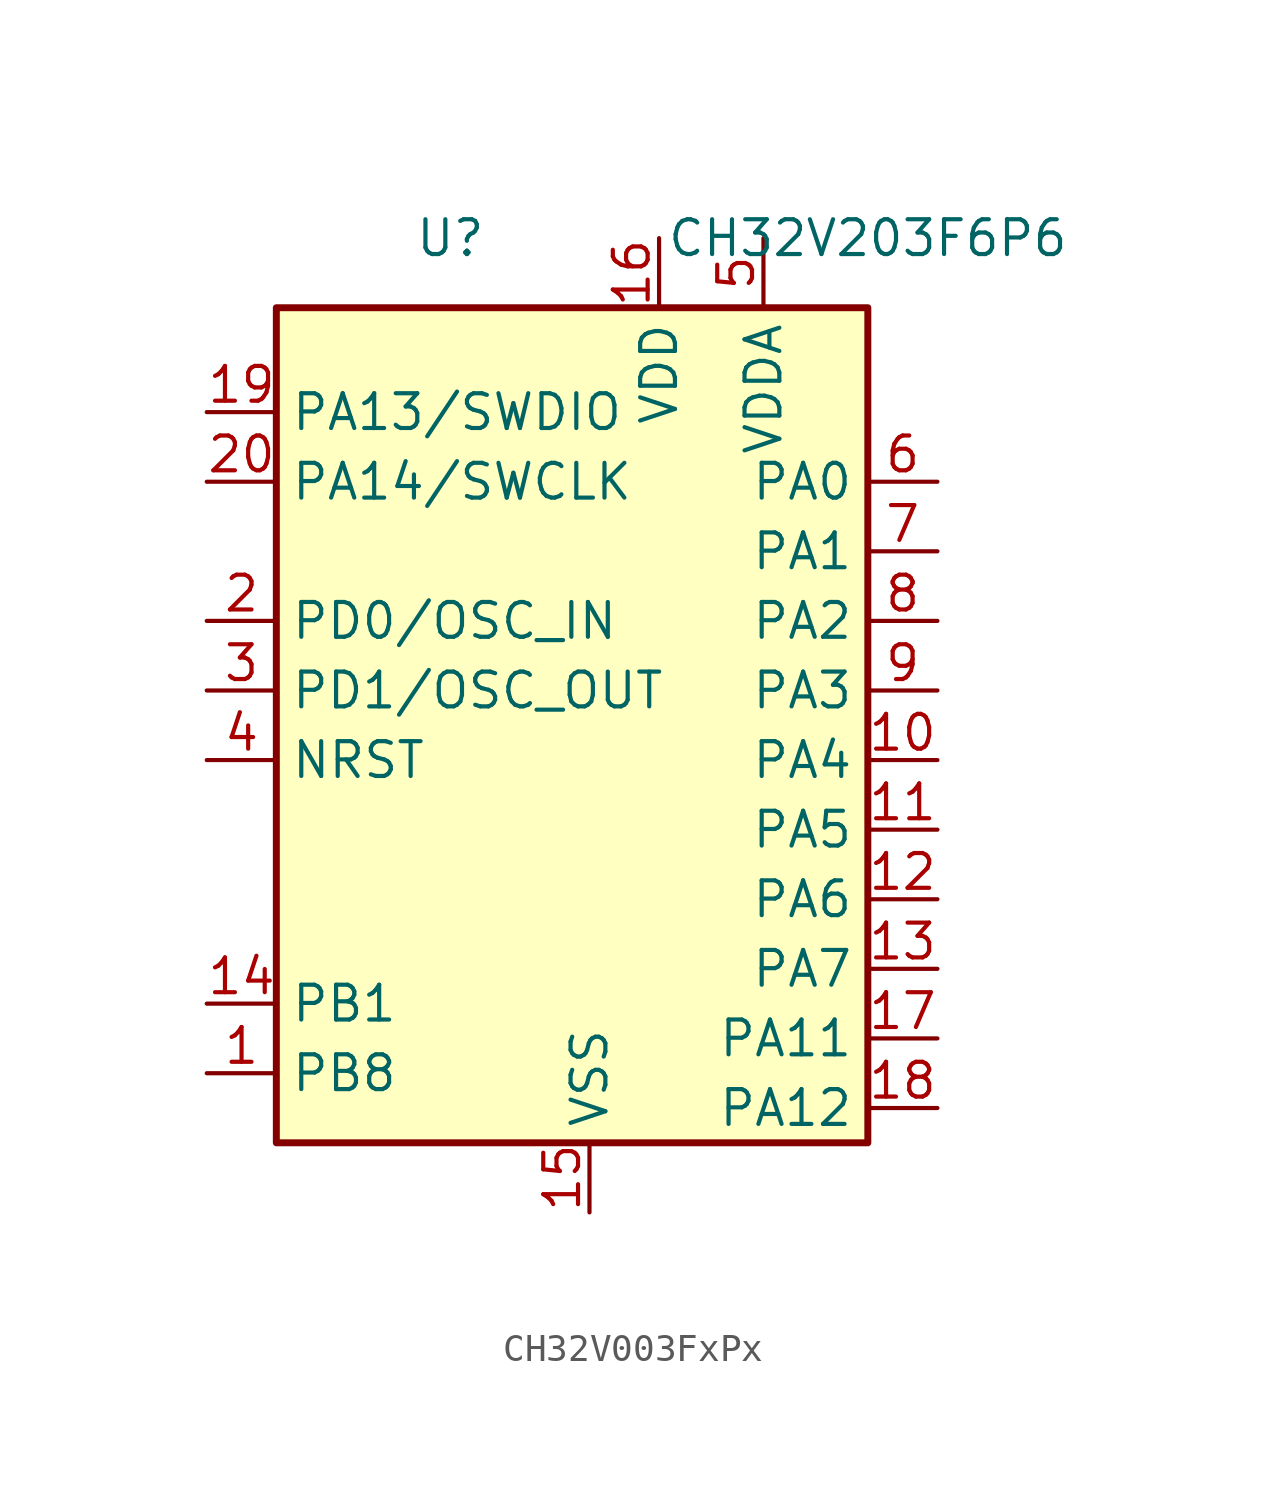
<source format=kicad_sym>
(kicad_symbol_lib
  (version 20231120)
  (generator "kicad_symbol_editor")
  (generator_version "8.0")
  (symbol "CH32V003FxPx"
    (property "Reference" "U"
      (at -3.81 16.51 0)
      (effects (font (size 1.27 1.27))))
    (property "Value" "CH32V203F6P6"
      (at 11.43 16.51 0)
      (effects (font (size 1.27 1.27))))
    (symbol "CH32V003FxPx_1_1"
      (rectangle (start -10.16 13.97) (end 11.43 -16.51) (stroke (width 0.254) (type default)) (fill (type background)))
      (pin bidirectional line (at -12.7 -13.97 0) (length 2.54) (name "PB8" (effects (font (size 1.27 1.27)))) (number "1" (effects (font (size 1.27 1.27)))) (alternate "A7" bidirectional line) (alternate "OPO" bidirectional line) (alternate "T1CH4_3" bidirectional line) (alternate "T2CH1ETR" bidirectional line) (alternate "TIETR_2" bidirectional line) (alternate "UCK" bidirectional line))
      (pin bidirectional line (at 13.97 -2.54 180) (length 2.54) (name "PA4" (effects (font (size 1.27 1.27)))) (number "10" (effects (font (size 1.27 1.27)))) (alternate "NSS_1" bidirectional line) (alternate "T1CH3_1" bidirectional line) (alternate "T2CH3" bidirectional line) (alternate "T2CH3_2" bidirectional line) (alternate "UTX_3" bidirectional line))
      (pin bidirectional line (at 13.97 -5.08 180) (length 2.54) (name "PA5" (effects (font (size 1.27 1.27)))) (number "11" (effects (font (size 1.27 1.27)))) (alternate "NSS" bidirectional line) (alternate "SDA" bidirectional line) (alternate "T1BKIN_1" bidirectional line) (alternate "T1BKIN_3" bidirectional line) (alternate "T2CH1ETR_2" bidirectional line) (alternate "T2CH1ETR_3" bidirectional line) (alternate "T2CH4_1" bidirectional line) (alternate "URX_3" bidirectional line))
      (pin bidirectional line (at 13.97 -7.62 180) (length 2.54) (name "PA6" (effects (font (size 1.27 1.27)))) (number "12" (effects (font (size 1.27 1.27)))) (alternate "AETR_1" bidirectional line) (alternate "SCL" bidirectional line) (alternate "T1BKIN" bidirectional line) (alternate "T1BKIN_2" bidirectional line) (alternate "T1ETR_3" bidirectional line) (alternate "T2CH2_1" bidirectional line) (alternate "URTS" bidirectional line) (alternate "URTS_1" bidirectional line))
      (pin bidirectional line (at 13.97 -10.16 180) (length 2.54) (name "PA7" (effects (font (size 1.27 1.27)))) (number "13" (effects (font (size 1.27 1.27)))) (alternate "T1CH1N_1" bidirectional line) (alternate "T1CH1N_3" bidirectional line) (alternate "T1CH3" bidirectional line) (alternate "T1CH3_2" bidirectional line) (alternate "UCTS_1" bidirectional line))
      (pin bidirectional line (at -12.7 -11.43 0) (length 2.54) (name "PB1" (effects (font (size 1.27 1.27)))) (number "14" (effects (font (size 1.27 1.27)))) (alternate "A2" bidirectional line) (alternate "MCO" bidirectional line) (alternate "T1CH1_3" bidirectional line) (alternate "T1CH2N_1" bidirectional line) (alternate "T1CH4" bidirectional line) (alternate "T1CH4_2" bidirectional line))
      (pin bidirectional line (at 1.27 -19.05 90) (length 2.54) (name "VSS" (effects (font (size 1.27 1.27)))) (number "15" (effects (font (size 1.27 1.27)))) (alternate "SCK" bidirectional line) (alternate "SCK_1" bidirectional line) (alternate "SCL_2" bidirectional line) (alternate "SCL_3" bidirectional line) (alternate "T1CH3_3" bidirectional line) (alternate "T1ETR" bidirectional line) (alternate "T1ETR_1" bidirectional line) (alternate "T2CH1ETR_1" bidirectional line) (alternate "UCK_3" bidirectional line))
      (pin bidirectional line (at 3.81 16.51 270) (length 2.54) (name "VDD" (effects (font (size 1.27 1.27)))) (number "16" (effects (font (size 1.27 1.27)))) (alternate "MOSI" bidirectional line) (alternate "MOSI_1" bidirectional line) (alternate "SDA_2" bidirectional line) (alternate "SDA_3" bidirectional line) (alternate "T1CH1_1" bidirectional line) (alternate "T1CH3N_3" bidirectional line) (alternate "UCTS_2" bidirectional line) (alternate "UCTS_3" bidirectional line))
      (pin bidirectional line (at 13.97 -12.7 180) (length 2.54) (name "PA11" (effects (font (size 1.27 1.27)))) (number "17" (effects (font (size 1.27 1.27)))) (alternate "MISO" bidirectional line) (alternate "MISO_1" bidirectional line) (alternate "T1CH2_1" bidirectional line) (alternate "T1CH2_3" bidirectional line) (alternate "T2CH2_3" bidirectional line) (alternate "URTS_2" bidirectional line) (alternate "URTS_3" bidirectional line))
      (pin bidirectional line (at 13.97 -15.24 180) (length 2.54) (name "PA12" (effects (font (size 1.27 1.27)))) (number "18" (effects (font (size 1.27 1.27)))) (alternate "AETR2" bidirectional line) (alternate "SCL_1" bidirectional line) (alternate "SWIO" bidirectional line) (alternate "T1CH3N" bidirectional line) (alternate "T1CH3N_1" bidirectional line) (alternate "T1CH3N_2" bidirectional line) (alternate "URX_1" bidirectional line))
      (pin bidirectional line (at -12.7 10.16 0) (length 2.54) (name "PA13/SWDIO" (effects (font (size 1.27 1.27)))) (number "19" (effects (font (size 1.27 1.27)))) (alternate "A3" bidirectional line) (alternate "T1CH1" bidirectional line) (alternate "T1CH1_2" bidirectional line) (alternate "T1CH2N_3" bidirectional line) (alternate "T2CH3_1" bidirectional line))
      (pin bidirectional line (at -12.7 2.54 0) (length 2.54) (name "PD0/OSC_IN" (effects (font (size 1.27 1.27)))) (number "2" (effects (font (size 1.27 1.27)))) (alternate "A5" bidirectional line) (alternate "T2CH4_3" bidirectional line) (alternate "URX_2" bidirectional line) (alternate "UTX" bidirectional line))
      (pin bidirectional line (at -12.7 7.62 0) (length 2.54) (name "PA14/SWCLK" (effects (font (size 1.27 1.27)))) (number "20" (effects (font (size 1.27 1.27)))) (alternate "A4" bidirectional line) (alternate "AETR" bidirectional line) (alternate "T1CH4_1" bidirectional line) (alternate "T2CH2" bidirectional line) (alternate "T2CH2_2" bidirectional line) (alternate "UCTS" bidirectional line))
      (pin bidirectional line (at -12.7 0 0) (length 2.54) (name "PD1/OSC_OUT" (effects (font (size 1.27 1.27)))) (number "3" (effects (font (size 1.27 1.27)))) (alternate "A6" bidirectional line) (alternate "T2CH3_3" bidirectional line) (alternate "URX" bidirectional line) (alternate "UTX_2" bidirectional line))
      (pin bidirectional line (at -12.7 -2.54 0) (length 2.54) (name "NRST" (effects (font (size 1.27 1.27)))) (number "4" (effects (font (size 1.27 1.27)))) (alternate "NRST" bidirectional line) (alternate "OPP1" bidirectional line) (alternate "T2CH4" bidirectional line) (alternate "T2CH4_2" bidirectional line) (alternate "UCK_1" bidirectional line) (alternate "UCK_2" bidirectional line))
      (pin bidirectional line (at 7.62 16.51 270) (length 2.54) (name "VDDA" (effects (font (size 1.27 1.27)))) (number "5" (effects (font (size 1.27 1.27)))) (alternate "A1" bidirectional line) (alternate "OPN0" bidirectional line) (alternate "OSCI" bidirectional line) (alternate "T1CH2" bidirectional line) (alternate "T1CH2_2" bidirectional line))
      (pin bidirectional line (at 13.97 7.62 180) (length 2.54) (name "PA0" (effects (font (size 1.27 1.27)))) (number "6" (effects (font (size 1.27 1.27)))) (alternate "A0" bidirectional line) (alternate "AETR2_1" bidirectional line) (alternate "OPP0" bidirectional line) (alternate "OSCO" bidirectional line) (alternate "TICH2N" bidirectional line) (alternate "TICH2N_2" bidirectional line))
      (pin power_in line (at 13.97 5.08 180) (length 2.54) (name "PA1" (effects (font (size 1.27 1.27)))) (number "7" (effects (font (size 1.27 1.27)))))
      (pin bidirectional line (at 13.97 2.54 180) (length 2.54) (name "PA2" (effects (font (size 1.27 1.27)))) (number "8" (effects (font (size 1.27 1.27)))) (alternate "OPN1" bidirectional line) (alternate "SDA_1" bidirectional line) (alternate "TICH1N" bidirectional line) (alternate "TICH1N_2" bidirectional line) (alternate "UTX_1" bidirectional line))
      (pin power_in line (at 13.97 0 180) (length 2.54) (name "PA3" (effects (font (size 1.27 1.27)))) (number "9" (effects (font (size 1.27 1.27))))))))
</source>
